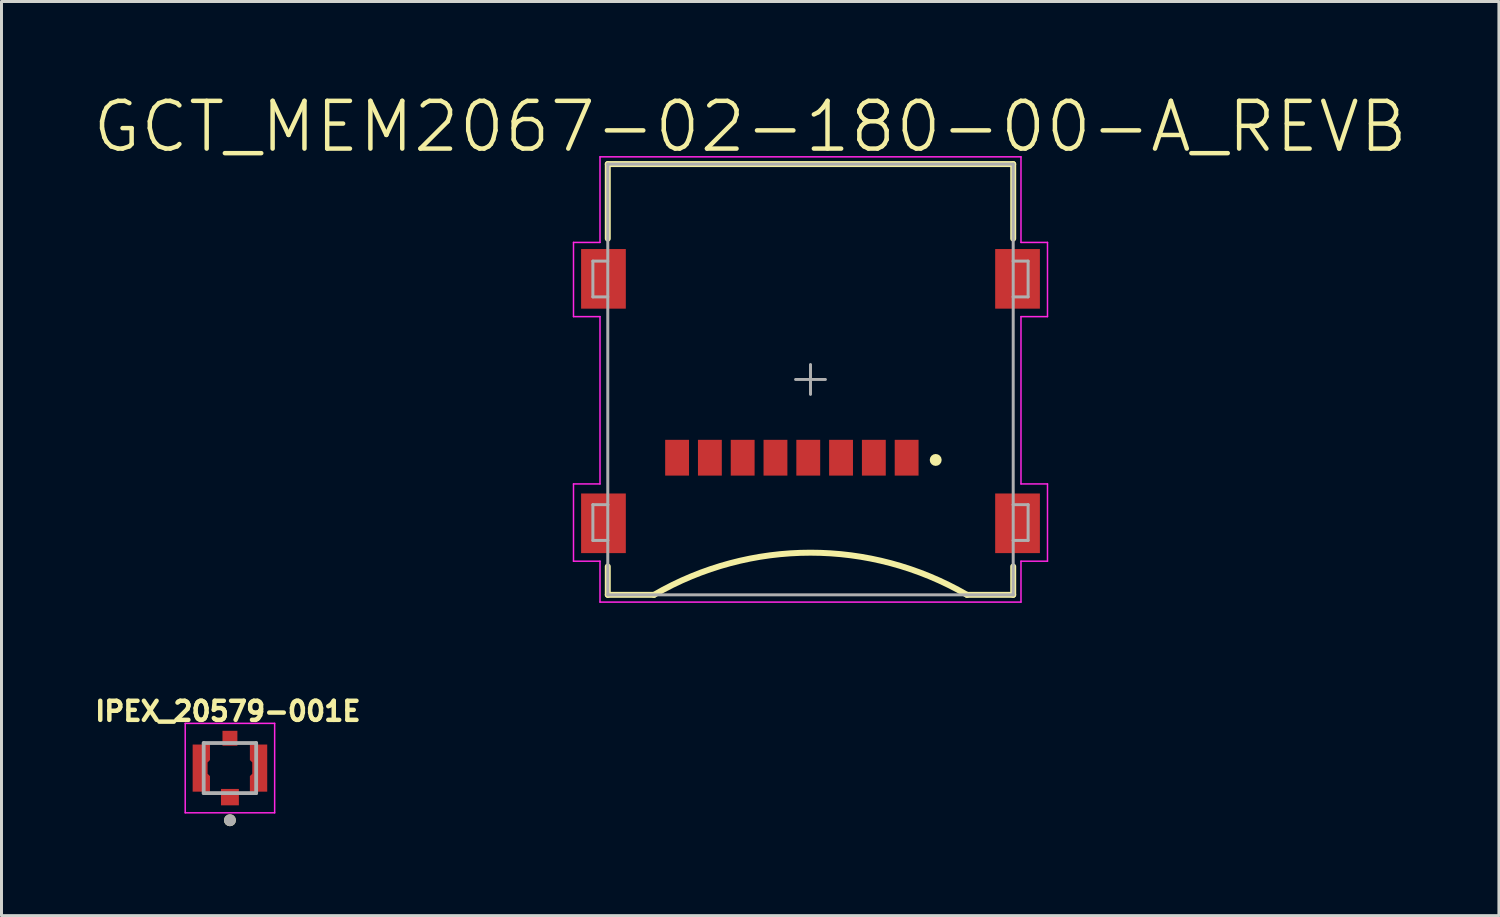
<source format=kicad_pcb>
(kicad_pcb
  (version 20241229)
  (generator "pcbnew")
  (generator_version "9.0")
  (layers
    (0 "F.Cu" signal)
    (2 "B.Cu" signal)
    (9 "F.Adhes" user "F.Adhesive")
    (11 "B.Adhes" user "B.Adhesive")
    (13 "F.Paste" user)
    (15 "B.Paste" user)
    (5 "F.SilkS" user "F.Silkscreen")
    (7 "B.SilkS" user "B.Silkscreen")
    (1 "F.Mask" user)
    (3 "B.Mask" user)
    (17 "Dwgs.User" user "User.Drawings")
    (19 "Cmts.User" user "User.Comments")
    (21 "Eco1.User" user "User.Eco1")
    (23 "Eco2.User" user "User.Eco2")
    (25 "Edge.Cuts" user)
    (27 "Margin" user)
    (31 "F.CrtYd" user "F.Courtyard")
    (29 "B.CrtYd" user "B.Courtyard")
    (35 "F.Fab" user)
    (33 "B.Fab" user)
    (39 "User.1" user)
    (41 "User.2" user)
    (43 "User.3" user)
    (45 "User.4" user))
  (footprint "IPEX_20579-001E"
    (layer "F.Cu")
    (at 4.663 22.715)
    (property "Reference" "IPEX_20579-001E" (at -0.068 -1.906 0) (layer "F.SilkS") (effects (font (size 0.64 0.64) (thickness 0.15))))
    (attr through_hole)
    (fp_poly (pts (xy -1.35 -0.89) (xy -0.57 -0.89) (xy -0.57 -0.15) (xy -0.65 -0.09) (xy -0.65 0.09) (xy -0.57 0.15) (xy -0.57 0.89) (xy -1.35 0.89)) (stroke (width 0.001) (type solid)) (fill yes) (layer "F.Mask"))
    (fp_poly (pts (xy 0.57 -0.89) (xy 0.57 -0.15) (xy 0.65 -0.09) (xy 0.65 0.09) (xy 0.57 0.15) (xy 0.57 0.89) (xy 1.35 0.89) (xy 1.35 -0.89)) (stroke (width 0.001) (type solid)) (fill yes) (layer "F.Mask"))
    (fp_circle (center 0 1.75) (end 0.1 1.75) (stroke (width 0.2) (type solid)) (fill no) (layer "F.SilkS"))
    (fp_poly (pts (xy -1.25 -0.45) (xy -0.75 -0.45) (xy -0.75 0.45) (xy -1.25 0.45)) (stroke (width 0.001) (type solid)) (fill yes) (layer "F.Paste"))
    (fp_poly (pts (xy -0.19 -1.2) (xy 0.19 -1.2) (xy 0.19 -0.82) (xy -0.19 -0.82)) (stroke (width 0.001) (type solid)) (fill yes) (layer "F.Paste"))
    (fp_poly (pts (xy -0.18 0.84) (xy 0.18 0.84) (xy 0.18 1.2) (xy -0.18 1.2)) (stroke (width 0.001) (type solid)) (fill yes) (layer "F.Paste"))
    (fp_poly (pts (xy 0.75 -0.45) (xy 1.25 -0.45) (xy 1.25 0.45) (xy 0.75 0.45)) (stroke (width 0.001) (type solid)) (fill yes) (layer "F.Paste"))
    (fp_line (start -1.5 -1.5) (end -1.5 1.5) (stroke (width 0.05) (type solid)) (layer "F.CrtYd"))
    (fp_line (start -1.5 1.5) (end 1.5 1.5) (stroke (width 0.05) (type solid)) (layer "F.CrtYd"))
    (fp_line (start 1.5 -1.5) (end -1.5 -1.5) (stroke (width 0.05) (type solid)) (layer "F.CrtYd"))
    (fp_line (start 1.5 1.5) (end 1.5 -1.5) (stroke (width 0.05) (type solid)) (layer "F.CrtYd"))
    (fp_line (start -0.88 -0.84) (end 0.88 -0.84) (stroke (width 0.127) (type solid)) (layer "F.Fab"))
    (fp_line (start -0.88 0.84) (end -0.88 -0.84) (stroke (width 0.127) (type solid)) (layer "F.Fab"))
    (fp_line (start 0.88 -0.84) (end 0.88 0.84) (stroke (width 0.127) (type solid)) (layer "F.Fab"))
    (fp_line (start 0.88 0.84) (end -0.88 0.84) (stroke (width 0.127) (type solid)) (layer "F.Fab"))
    (fp_circle (center 0 1.75) (end 0.1 1.75) (stroke (width 0.2) (type solid)) (fill no) (layer "F.Fab"))
    (pad "1" smd rect (at 0 0.975) (size 0.6 0.55) (layers "F.Cu" "F.Mask"))
    (pad "G1" smd custom (at -1 0) (size 0.45 0.45) (layers "F.Cu") (options (anchor rect)) (primitives (gr_poly (pts (xy -0.25 -0.79) (xy 0.33 -0.79) (xy 0.33 -0.27) (xy 0.25 -0.19) (xy 0.25 0.19) (xy 0.33 0.27) (xy 0.33 0.79) (xy -0.25 0.79)) (width 0.001) (fill yes))))
    (pad "G2" smd rect (at 0 -1) (size 0.5 0.5) (layers "F.Cu" "F.Mask"))
    (pad "G3" smd custom (at 1 0) (size 0.45 0.45) (layers "F.Cu") (options (anchor rect)) (primitives (gr_poly (pts (xy -0.33 -0.79) (xy -0.33 -0.27) (xy -0.25 -0.19) (xy -0.25 0.19) (xy -0.33 0.27) (xy -0.33 0.79) (xy 0.25 0.79) (xy 0.25 -0.79)) (width 0.001) (fill yes))))
    (zone (net_name "") (layer "F.Cu") (hatch full 0.508) (connect_pads) (min_thickness 0.001) (filled_areas_thickness no) (keepout (tracks not_allowed) (vias not_allowed) (pads not_allowed) (copperpour not_allowed) (footprints allowed)) (placement (enabled no)) (fill) (polygon (pts (xy 3.993 21.925) (xy 4.413 21.925) (xy 4.413 21.965) (xy 4.913 21.965) (xy 4.913 21.925) (xy 5.333 21.925) (xy 5.333 22.445) (xy 5.413 22.525) (xy 5.413 22.905) (xy 5.333 22.985) (xy 5.333 23.505) (xy 4.963 23.505) (xy 4.963 23.415) (xy 4.363 23.415) (xy 4.363 23.505) (xy 3.993 23.505) (xy 3.993 22.985) (xy 3.913 22.905) (xy 3.913 22.525) (xy 3.993 22.445))))
    (zone (net_name "") (layers "F.Cu" "B.Cu") (hatch full 0.508) (connect_pads) (min_thickness 0.001) (filled_areas_thickness no) (keepout (tracks allowed) (vias not_allowed) (pads allowed) (copperpour allowed) (footprints allowed)) (placement (enabled no)) (fill) (polygon (pts (xy 3.993 21.925) (xy 4.413 21.925) (xy 4.413 21.965) (xy 4.913 21.965) (xy 4.913 21.925) (xy 5.333 21.925) (xy 5.333 22.445) (xy 5.413 22.525) (xy 5.413 22.905) (xy 5.333 22.985) (xy 5.333 23.505) (xy 4.963 23.505) (xy 4.963 23.415) (xy 4.363 23.415) (xy 4.363 23.505) (xy 3.993 23.505) (xy 3.993 22.985) (xy 3.913 22.905) (xy 3.913 22.525) (xy 3.993 22.445))))
    (zone (net_name "") (layer "B.Cu") (hatch full 0.508) (connect_pads) (min_thickness 0.001) (filled_areas_thickness no) (keepout (tracks not_allowed) (vias not_allowed) (pads not_allowed) (copperpour not_allowed) (footprints allowed)) (placement (enabled no)) (fill) (polygon (pts (xy 3.993 21.925) (xy 4.413 21.925) (xy 4.413 21.965) (xy 4.913 21.965) (xy 4.913 21.925) (xy 5.333 21.925) (xy 5.333 22.445) (xy 5.413 22.525) (xy 5.413 22.905) (xy 5.333 22.985) (xy 5.333 23.505) (xy 4.963 23.505) (xy 4.963 23.415) (xy 4.363 23.415) (xy 4.363 23.505) (xy 3.993 23.505) (xy 3.993 22.985) (xy 3.913 22.905) (xy 3.913 22.525) (xy 3.993 22.445)))))
  (footprint "GCT_MEM2067-02-180-00-A_REVB"
    (layer "F.Cu")
    (at 24.138 9.679)
    (property "Reference" "GCT_MEM2067-02-180-00-A_REVB" (at -2.023 -8.478 0) (layer "F.SilkS") (effects (font (size 1.602 1.602) (thickness 0.15))))
    (attr smd)
    (fp_line (start -6.8 -7.225) (end 6.8 -7.225) (stroke (width 0.2) (type solid)) (layer "F.SilkS"))
    (fp_line (start -6.8 -4.725) (end -6.8 -7.225) (stroke (width 0.2) (type solid)) (layer "F.SilkS"))
    (fp_line (start -6.8 7.225) (end -6.8 6.275) (stroke (width 0.2) (type solid)) (layer "F.SilkS"))
    (fp_line (start -6.8 7.225) (end -5.25 7.225) (stroke (width 0.2) (type solid)) (layer "F.SilkS"))
    (fp_line (start 5.25 7.225) (end 6.8 7.225) (stroke (width 0.2) (type solid)) (layer "F.SilkS"))
    (fp_line (start 6.8 -4.725) (end 6.8 -7.225) (stroke (width 0.2) (type solid)) (layer "F.SilkS"))
    (fp_line (start 6.8 7.225) (end 6.8 6.275) (stroke (width 0.2) (type solid)) (layer "F.SilkS"))
    (fp_arc (start -5.25 7.225) (mid 0 5.810899) (end 5.25 7.225) (stroke (width 0.2) (type solid)) (layer "F.SilkS"))
    (fp_circle (center 4.2 2.7) (end 4.3 2.7) (stroke (width 0.2) (type solid)) (fill no) (layer "F.SilkS"))
    (fp_line (start -7.95 -4.597) (end -7.061 -4.597) (stroke (width 0.05) (type solid)) (layer "F.CrtYd"))
    (fp_line (start -7.95 -2.108) (end -7.95 -4.597) (stroke (width 0.05) (type solid)) (layer "F.CrtYd"))
    (fp_line (start -7.95 -2.108) (end -7.061 -2.108) (stroke (width 0.05) (type solid)) (layer "F.CrtYd"))
    (fp_line (start -7.95 3.505) (end -7.061 3.505) (stroke (width 0.05) (type solid)) (layer "F.CrtYd"))
    (fp_line (start -7.95 6.096) (end -7.95 3.505) (stroke (width 0.05) (type solid)) (layer "F.CrtYd"))
    (fp_line (start -7.95 6.096) (end -7.061 6.096) (stroke (width 0.05) (type solid)) (layer "F.CrtYd"))
    (fp_line (start -7.061 -7.468) (end 7.061 -7.468) (stroke (width 0.05) (type solid)) (layer "F.CrtYd"))
    (fp_line (start -7.061 -4.597) (end -7.061 -7.468) (stroke (width 0.05) (type solid)) (layer "F.CrtYd"))
    (fp_line (start -7.061 3.505) (end -7.061 -2.108) (stroke (width 0.05) (type solid)) (layer "F.CrtYd"))
    (fp_line (start -7.061 7.468) (end -7.061 6.096) (stroke (width 0.05) (type solid)) (layer "F.CrtYd"))
    (fp_line (start -7.061 7.468) (end 7.061 7.468) (stroke (width 0.05) (type solid)) (layer "F.CrtYd"))
    (fp_line (start 7.061 -4.597) (end 7.061 -7.468) (stroke (width 0.05) (type solid)) (layer "F.CrtYd"))
    (fp_line (start 7.061 -4.597) (end 7.95 -4.597) (stroke (width 0.05) (type solid)) (layer "F.CrtYd"))
    (fp_line (start 7.061 -2.108) (end 7.95 -2.108) (stroke (width 0.05) (type solid)) (layer "F.CrtYd"))
    (fp_line (start 7.061 3.505) (end 7.061 -2.108) (stroke (width 0.05) (type solid)) (layer "F.CrtYd"))
    (fp_line (start 7.061 3.505) (end 7.95 3.505) (stroke (width 0.05) (type solid)) (layer "F.CrtYd"))
    (fp_line (start 7.061 6.096) (end 7.95 6.096) (stroke (width 0.05) (type solid)) (layer "F.CrtYd"))
    (fp_line (start 7.061 7.468) (end 7.061 6.096) (stroke (width 0.05) (type solid)) (layer "F.CrtYd"))
    (fp_line (start 7.95 -2.108) (end 7.95 -4.597) (stroke (width 0.05) (type solid)) (layer "F.CrtYd"))
    (fp_line (start 7.95 6.096) (end 7.95 3.505) (stroke (width 0.05) (type solid)) (layer "F.CrtYd"))
    (fp_line (start -7.3 -3.97) (end -6.8 -3.97) (stroke (width 0.1) (type solid)) (layer "F.Fab"))
    (fp_line (start -7.3 -2.77) (end -7.3 -3.97) (stroke (width 0.1) (type solid)) (layer "F.Fab"))
    (fp_line (start -7.3 -2.77) (end -6.8 -2.77) (stroke (width 0.1) (type solid)) (layer "F.Fab"))
    (fp_line (start -7.3 4.2) (end -6.8 4.2) (stroke (width 0.1) (type solid)) (layer "F.Fab"))
    (fp_line (start -7.3 5.4) (end -7.3 4.2) (stroke (width 0.1) (type solid)) (layer "F.Fab"))
    (fp_line (start -7.3 5.4) (end -6.8 5.4) (stroke (width 0.1) (type solid)) (layer "F.Fab"))
    (fp_line (start -6.8 -7.225) (end 6.8 -7.225) (stroke (width 0.1) (type solid)) (layer "F.Fab"))
    (fp_line (start -6.8 4.2) (end -6.8 -7.225) (stroke (width 0.1) (type solid)) (layer "F.Fab"))
    (fp_line (start -6.8 5.4) (end -6.8 4.2) (stroke (width 0.1) (type solid)) (layer "F.Fab"))
    (fp_line (start -6.8 7.225) (end -6.8 5.4) (stroke (width 0.1) (type solid)) (layer "F.Fab"))
    (fp_line (start -6.8 7.225) (end 6.8 7.225) (stroke (width 0.1) (type solid)) (layer "F.Fab"))
    (fp_line (start -0.5 0) (end 0.5 0) (stroke (width 0.1) (type solid)) (layer "F.Fab"))
    (fp_line (start 0 0.5) (end 0 -0.5) (stroke (width 0.1) (type solid)) (layer "F.Fab"))
    (fp_line (start 6.8 -3.97) (end 6.8 -7.225) (stroke (width 0.1) (type solid)) (layer "F.Fab"))
    (fp_line (start 6.8 -3.97) (end 7.3 -3.97) (stroke (width 0.1) (type solid)) (layer "F.Fab"))
    (fp_line (start 6.8 -2.77) (end 6.8 -3.97) (stroke (width 0.1) (type solid)) (layer "F.Fab"))
    (fp_line (start 6.8 -2.77) (end 7.3 -2.77) (stroke (width 0.1) (type solid)) (layer "F.Fab"))
    (fp_line (start 6.8 4.2) (end 6.8 -2.77) (stroke (width 0.1) (type solid)) (layer "F.Fab"))
    (fp_line (start 6.8 4.2) (end 7.3 4.2) (stroke (width 0.1) (type solid)) (layer "F.Fab"))
    (fp_line (start 6.8 5.4) (end 6.8 4.2) (stroke (width 0.1) (type solid)) (layer "F.Fab"))
    (fp_line (start 6.8 5.4) (end 7.3 5.4) (stroke (width 0.1) (type solid)) (layer "F.Fab"))
    (fp_line (start 6.8 7.225) (end 6.8 5.4) (stroke (width 0.1) (type solid)) (layer "F.Fab"))
    (fp_line (start 7.3 -2.77) (end 7.3 -3.97) (stroke (width 0.1) (type solid)) (layer "F.Fab"))
    (fp_line (start 7.3 5.4) (end 7.3 4.2) (stroke (width 0.1) (type solid)) (layer "F.Fab"))
    (pad "1" smd rect (at 3.225 2.625) (size 0.8 1.2) (layers "F.Cu" "F.Mask" "F.Paste"))
    (pad "2" smd rect (at 2.125 2.625) (size 0.8 1.2) (layers "F.Cu" "F.Mask" "F.Paste"))
    (pad "3" smd rect (at 1.025 2.625) (size 0.8 1.2) (layers "F.Cu" "F.Mask" "F.Paste"))
    (pad "4" smd rect (at -0.075 2.625) (size 0.8 1.2) (layers "F.Cu" "F.Mask" "F.Paste"))
    (pad "5" smd rect (at -1.175 2.625) (size 0.8 1.2) (layers "F.Cu" "F.Mask" "F.Paste"))
    (pad "6" smd rect (at -2.275 2.625) (size 0.8 1.2) (layers "F.Cu" "F.Mask" "F.Paste"))
    (pad "7" smd rect (at -3.375 2.625) (size 0.8 1.2) (layers "F.Cu" "F.Mask" "F.Paste"))
    (pad "8" smd rect (at -4.475 2.625) (size 0.8 1.2) (layers "F.Cu" "F.Mask" "F.Paste"))
    (pad "MP" smd rect (at -6.945 -3.375) (size 1.5 2) (layers "F.Cu" "F.Mask" "F.Paste"))
    (pad "MP" smd rect (at -6.945 4.825) (size 1.5 2) (layers "F.Cu" "F.Mask" "F.Paste"))
    (pad "MP" smd rect (at 6.945 -3.375) (size 1.5 2) (layers "F.Cu" "F.Mask" "F.Paste"))
    (pad "MP" smd rect (at 6.945 4.825) (size 1.5 2) (layers "F.Cu" "F.Mask" "F.Paste"))
    (zone (net_name "") (layer "F.Cu") (hatch full 0.508) (connect_pads) (min_thickness 0.01) (filled_areas_thickness no) (keepout (tracks allowed) (vias allowed) (pads allowed) (copperpour not_allowed) (footprints not_allowed)) (placement (enabled no)) (fill) (polygon (pts (xy 18.984 3.854) (xy 27.988 3.854) (xy 27.988 6.651) (xy 18.984 6.651)))))
  (gr_rect
    (start -3 -3)
    (end 47.231 27.665)
    (stroke (width 0.1) (type default))
    (fill no)
    (layer "Edge.Cuts")))
</source>
